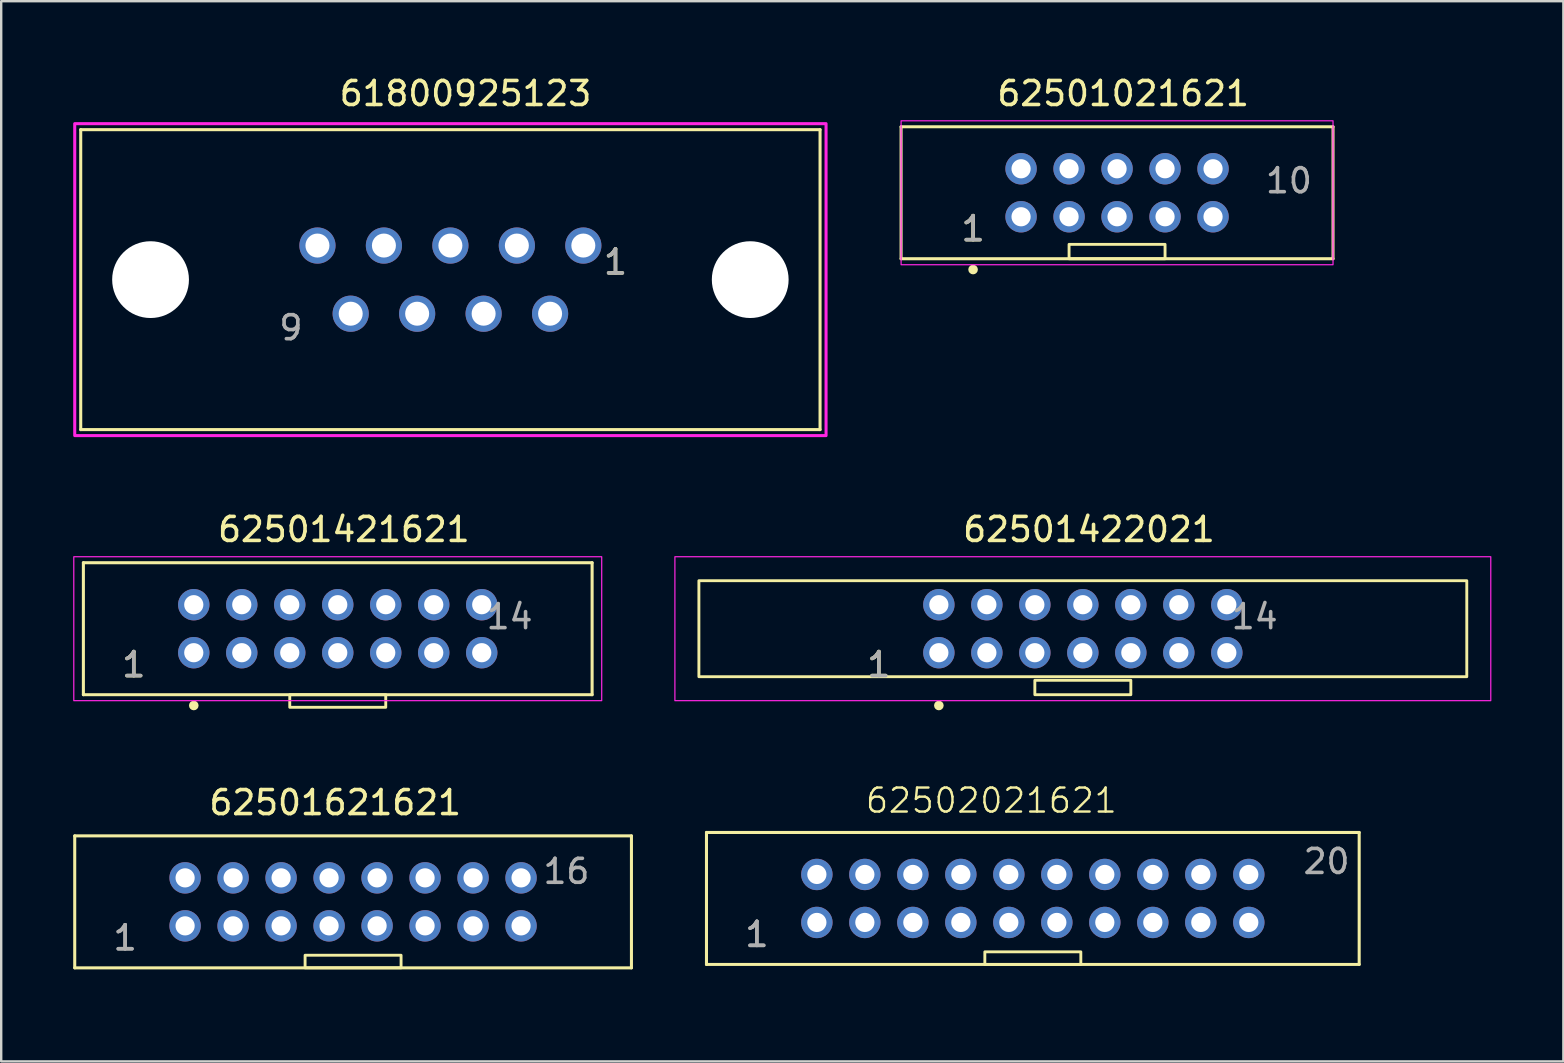
<source format=kicad_pcb>
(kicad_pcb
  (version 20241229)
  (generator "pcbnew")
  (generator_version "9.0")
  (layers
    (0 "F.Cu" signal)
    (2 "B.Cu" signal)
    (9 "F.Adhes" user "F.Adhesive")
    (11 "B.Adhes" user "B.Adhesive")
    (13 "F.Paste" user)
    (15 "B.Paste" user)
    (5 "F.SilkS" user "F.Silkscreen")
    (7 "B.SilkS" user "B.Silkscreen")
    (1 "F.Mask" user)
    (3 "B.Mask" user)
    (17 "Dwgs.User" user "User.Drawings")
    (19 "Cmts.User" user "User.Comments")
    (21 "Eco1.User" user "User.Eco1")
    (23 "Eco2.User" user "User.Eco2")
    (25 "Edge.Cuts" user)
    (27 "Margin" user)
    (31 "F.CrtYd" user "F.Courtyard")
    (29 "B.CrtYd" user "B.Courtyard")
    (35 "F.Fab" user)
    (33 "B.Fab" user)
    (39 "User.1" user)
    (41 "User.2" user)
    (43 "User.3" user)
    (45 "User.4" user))
  (footprint "62502021621"
    (layer "F.Cu")
    (at 38.261 37.931)
    (property "Reference" "62502021621" (at 0 -7.62 0) (unlocked yes) (layer "F.SilkS") (effects (font (size 1 1) (thickness 0.1))))
    (attr through_hole)
    (fp_line (start -11.87 -6.29) (end -11.87 -0.79) (stroke (width 0.127) (type solid)) (layer "F.SilkS"))
    (fp_line (start -11.87 -0.79) (end 15.33 -0.79) (stroke (width 0.127) (type solid)) (layer "F.SilkS"))
    (fp_line (start 15.33 -6.29) (end -11.87 -6.29) (stroke (width 0.127) (type solid)) (layer "F.SilkS"))
    (fp_line (start 15.33 -0.79) (end 15.33 -6.29) (stroke (width 0.127) (type solid)) (layer "F.SilkS"))
    (fp_rect (start -0.27 -1.315) (end 3.73 -0.79) (stroke (width 0.12) (type solid)) (fill no) (layer "F.SilkS"))
    (fp_text user "1" (at -9.77 -2.04 0) (layer "F.Fab") (effects (font (size 1 1) (thickness 0.15))))
    (fp_text user "1" (at -9.77 -2.04 0) (layer "F.Fab") (effects (font (size 1 1) (thickness 0.15))))
    (fp_text user "20" (at 13.97 -5.08 0) (layer "F.Fab") (effects (font (size 1 1) (thickness 0.15))))
    (pad "1" thru_hole circle (at -7.27 -2.54) (size 1.308 1.308) (drill 0.8) (layers "*.Cu" "*.Mask"))
    (pad "2" thru_hole circle (at -7.27 -4.54) (size 1.308 1.308) (drill 0.8) (layers "*.Cu" "*.Mask"))
    (pad "3" thru_hole circle (at -5.27 -2.54) (size 1.308 1.308) (drill 0.8) (layers "*.Cu" "*.Mask"))
    (pad "4" thru_hole circle (at -5.27 -4.54) (size 1.308 1.308) (drill 0.8) (layers "*.Cu" "*.Mask"))
    (pad "5" thru_hole circle (at -3.27 -2.54) (size 1.308 1.308) (drill 0.8) (layers "*.Cu" "*.Mask"))
    (pad "6" thru_hole circle (at -3.27 -4.54) (size 1.308 1.308) (drill 0.8) (layers "*.Cu" "*.Mask"))
    (pad "7" thru_hole circle (at -1.27 -2.54) (size 1.308 1.308) (drill 0.8) (layers "*.Cu" "*.Mask"))
    (pad "8" thru_hole circle (at -1.27 -4.54) (size 1.308 1.308) (drill 0.8) (layers "*.Cu" "*.Mask"))
    (pad "9" thru_hole circle (at 0.73 -2.54) (size 1.308 1.308) (drill 0.8) (layers "*.Cu" "*.Mask"))
    (pad "10" thru_hole circle (at 0.73 -4.54) (size 1.308 1.308) (drill 0.8) (layers "*.Cu" "*.Mask"))
    (pad "11" thru_hole circle (at 2.73 -2.54) (size 1.308 1.308) (drill 0.8) (layers "*.Cu" "*.Mask"))
    (pad "12" thru_hole circle (at 2.73 -4.54) (size 1.308 1.308) (drill 0.8) (layers "*.Cu" "*.Mask"))
    (pad "13" thru_hole circle (at 4.73 -2.54) (size 1.308 1.308) (drill 0.8) (layers "*.Cu" "*.Mask"))
    (pad "14" thru_hole circle (at 4.73 -4.54) (size 1.308 1.308) (drill 0.8) (layers "*.Cu" "*.Mask"))
    (pad "15" thru_hole circle (at 6.73 -2.54) (size 1.308 1.308) (drill 0.8) (layers "*.Cu" "*.Mask"))
    (pad "16" thru_hole circle (at 6.73 -4.54) (size 1.308 1.308) (drill 0.8) (layers "*.Cu" "*.Mask"))
    (pad "17" thru_hole circle (at 8.73 -2.54) (size 1.308 1.308) (drill 0.8) (layers "*.Cu" "*.Mask"))
    (pad "18" thru_hole circle (at 8.73 -4.54) (size 1.308 1.308) (drill 0.8) (layers "*.Cu" "*.Mask"))
    (pad "19" thru_hole circle (at 10.73 -2.54) (size 1.308 1.308) (drill 0.8) (layers "*.Cu" "*.Mask"))
    (pad "20" thru_hole circle (at 10.73 -4.54) (size 1.308 1.308) (drill 0.8) (layers "*.Cu" "*.Mask")))
  (footprint "62501621621"
    (layer "F.Cu")
    (at 11.664 34.533)
    (property "Reference" "62501621621" (at -0.745 -4.135 0) (layer "F.SilkS") (effects (font (size 1 1) (thickness 0.15))))
    (attr through_hole)
    (fp_line (start -11.6 -2.75) (end -11.6 2.75) (stroke (width 0.127) (type solid)) (layer "F.SilkS"))
    (fp_line (start -11.6 2.75) (end 11.6 2.75) (stroke (width 0.127) (type solid)) (layer "F.SilkS"))
    (fp_line (start 11.6 -2.75) (end -11.6 -2.75) (stroke (width 0.127) (type solid)) (layer "F.SilkS"))
    (fp_line (start 11.6 2.75) (end 11.6 -2.75) (stroke (width 0.127) (type solid)) (layer "F.SilkS"))
    (fp_rect (start -2 2.225) (end 2 2.75) (stroke (width 0.12) (type solid)) (fill no) (layer "F.SilkS"))
    (fp_text user "1" (at -9.5 1.5 0) (layer "F.Fab") (effects (font (size 1 1) (thickness 0.15))))
    (fp_text user "1" (at -9.5 1.5 0) (layer "F.Fab") (effects (font (size 1 1) (thickness 0.15))))
    (fp_text user "16" (at 8.89 -1.27 0) (layer "F.Fab") (effects (font (size 1 1) (thickness 0.15))))
    (pad "1" thru_hole circle (at -7 1) (size 1.308 1.308) (drill 0.8) (layers "*.Cu" "*.Mask"))
    (pad "2" thru_hole circle (at -7 -1) (size 1.308 1.308) (drill 0.8) (layers "*.Cu" "*.Mask"))
    (pad "3" thru_hole circle (at -5 1) (size 1.308 1.308) (drill 0.8) (layers "*.Cu" "*.Mask"))
    (pad "4" thru_hole circle (at -5 -1) (size 1.308 1.308) (drill 0.8) (layers "*.Cu" "*.Mask"))
    (pad "5" thru_hole circle (at -3 1) (size 1.308 1.308) (drill 0.8) (layers "*.Cu" "*.Mask"))
    (pad "6" thru_hole circle (at -3 -1) (size 1.308 1.308) (drill 0.8) (layers "*.Cu" "*.Mask"))
    (pad "7" thru_hole circle (at -1 1) (size 1.308 1.308) (drill 0.8) (layers "*.Cu" "*.Mask"))
    (pad "8" thru_hole circle (at -1 -1) (size 1.308 1.308) (drill 0.8) (layers "*.Cu" "*.Mask"))
    (pad "9" thru_hole circle (at 1 1) (size 1.308 1.308) (drill 0.8) (layers "*.Cu" "*.Mask"))
    (pad "10" thru_hole circle (at 1 -1) (size 1.308 1.308) (drill 0.8) (layers "*.Cu" "*.Mask"))
    (pad "11" thru_hole circle (at 3 1) (size 1.308 1.308) (drill 0.8) (layers "*.Cu" "*.Mask"))
    (pad "12" thru_hole circle (at 3 -1) (size 1.308 1.308) (drill 0.8) (layers "*.Cu" "*.Mask"))
    (pad "13" thru_hole circle (at 5 1) (size 1.308 1.308) (drill 0.8) (layers "*.Cu" "*.Mask"))
    (pad "14" thru_hole circle (at 5 -1) (size 1.308 1.308) (drill 0.8) (layers "*.Cu" "*.Mask"))
    (pad "15" thru_hole circle (at 7 1) (size 1.308 1.308) (drill 0.8) (layers "*.Cu" "*.Mask"))
    (pad "16" thru_hole circle (at 7 -1) (size 1.308 1.308) (drill 0.8) (layers "*.Cu" "*.Mask")))
  (footprint "62501421621"
    (layer "F.Cu")
    (at 11.025 23.15)
    (property "Reference" "62501421621" (at 0.255 -4.135 0) (layer "F.SilkS") (effects (font (size 1 1) (thickness 0.15))))
    (attr through_hole)
    (fp_line (start -10.6 -2.75) (end -10.6 2.75) (stroke (width 0.127) (type solid)) (layer "F.SilkS"))
    (fp_line (start -10.6 2.75) (end 10.6 2.75) (stroke (width 0.127) (type solid)) (layer "F.SilkS"))
    (fp_line (start 10.6 -2.75) (end -10.6 -2.75) (stroke (width 0.127) (type solid)) (layer "F.SilkS"))
    (fp_line (start 10.6 2.75) (end 10.6 -2.75) (stroke (width 0.127) (type solid)) (layer "F.SilkS"))
    (fp_rect (start -2 2.75) (end 2 3.275) (stroke (width 0.12) (type solid)) (fill no) (layer "F.SilkS"))
    (fp_circle (center -6 3.2) (end -5.9 3.2) (stroke (width 0.2) (type solid)) (fill no) (layer "F.SilkS"))
    (fp_rect (start -11 -3) (end 11 3) (stroke (width 0.05) (type solid)) (fill no) (layer "F.CrtYd"))
    (fp_text user "1" (at -8.5 1.5 0) (layer "F.SilkS") (effects (font (size 1 1) (thickness 0.15))))
    (fp_text user "14" (at 7.16 -0.5 0) (layer "F.Fab") (effects (font (size 1 1) (thickness 0.15))))
    (fp_text user "1" (at -8.5 1.5 0) (layer "F.Fab") (effects (font (size 1 1) (thickness 0.15))))
    (pad "1" thru_hole circle (at -6 1) (size 1.308 1.308) (drill 0.8) (layers "*.Cu" "*.Mask"))
    (pad "2" thru_hole circle (at -6 -1) (size 1.308 1.308) (drill 0.8) (layers "*.Cu" "*.Mask"))
    (pad "3" thru_hole circle (at -4 1) (size 1.308 1.308) (drill 0.8) (layers "*.Cu" "*.Mask"))
    (pad "4" thru_hole circle (at -4 -1) (size 1.308 1.308) (drill 0.8) (layers "*.Cu" "*.Mask"))
    (pad "5" thru_hole circle (at -2 1) (size 1.308 1.308) (drill 0.8) (layers "*.Cu" "*.Mask"))
    (pad "6" thru_hole circle (at -2 -1 90) (size 1.308 1.308) (drill 0.8) (layers "*.Cu" "*.Mask"))
    (pad "7" thru_hole circle (at 0 1) (size 1.308 1.308) (drill 0.8) (layers "*.Cu" "*.Mask"))
    (pad "8" thru_hole circle (at 0 -1) (size 1.308 1.308) (drill 0.8) (layers "*.Cu" "*.Mask"))
    (pad "9" thru_hole circle (at 2 1) (size 1.308 1.308) (drill 0.8) (layers "*.Cu" "*.Mask"))
    (pad "10" thru_hole circle (at 2 -1) (size 1.308 1.308) (drill 0.8) (layers "*.Cu" "*.Mask"))
    (pad "11" thru_hole circle (at 4 1) (size 1.308 1.308) (drill 0.8) (layers "*.Cu" "*.Mask"))
    (pad "12" thru_hole circle (at 4 -1) (size 1.308 1.308) (drill 0.8) (layers "*.Cu" "*.Mask"))
    (pad "13" thru_hole circle (at 6 1) (size 1.308 1.308) (drill 0.8) (layers "*.Cu" "*.Mask"))
    (pad "14" thru_hole circle (at 6 -1) (size 1.308 1.308) (drill 0.8) (layers "*.Cu" "*.Mask")))
  (footprint "62501021621"
    (layer "F.Cu")
    (at 43.501 4.983)
    (property "Reference" "62501021621" (at 0.255 -4.135 0) (layer "F.SilkS") (effects (font (size 1 1) (thickness 0.15))))
    (attr through_hole)
    (fp_line (start -9 -2.75) (end -9 2.75) (stroke (width 0.127) (type solid)) (layer "F.SilkS"))
    (fp_line (start -9 2.75) (end 9 2.75) (stroke (width 0.127) (type solid)) (layer "F.SilkS"))
    (fp_line (start 9 -2.75) (end -9 -2.75) (stroke (width 0.127) (type solid)) (layer "F.SilkS"))
    (fp_line (start 9 2.75) (end 9 -2.75) (stroke (width 0.127) (type solid)) (layer "F.SilkS"))
    (fp_rect (start -2 2.15) (end 2 2.75) (stroke (width 0.12) (type solid)) (fill no) (layer "F.SilkS"))
    (fp_circle (center -6 3.2) (end -5.9 3.2) (stroke (width 0.2) (type solid)) (fill no) (layer "F.SilkS"))
    (fp_rect (start -9 -3) (end 9 3) (stroke (width 0.05) (type solid)) (fill no) (layer "F.CrtYd"))
    (fp_text user "1" (at -6 1.5 0) (layer "F.SilkS") (effects (font (size 1 1) (thickness 0.15))))
    (fp_text user "10" (at 7.16 -0.5 0) (layer "F.Fab") (effects (font (size 1 1) (thickness 0.15))))
    (fp_text user "1" (at -6 1.5 0) (layer "F.Fab") (effects (font (size 1 1) (thickness 0.15))))
    (pad "1" thru_hole circle (at -4 1) (size 1.308 1.308) (drill 0.8) (layers "*.Cu" "*.Mask"))
    (pad "2" thru_hole circle (at -4 -1) (size 1.308 1.308) (drill 0.8) (layers "*.Cu" "*.Mask"))
    (pad "3" thru_hole circle (at -2 1) (size 1.308 1.308) (drill 0.8) (layers "*.Cu" "*.Mask"))
    (pad "4" thru_hole circle (at -2 -1) (size 1.308 1.308) (drill 0.8) (layers "*.Cu" "*.Mask"))
    (pad "5" thru_hole circle (at 0 1) (size 1.308 1.308) (drill 0.8) (layers "*.Cu" "*.Mask"))
    (pad "6" thru_hole circle (at 0 -1 90) (size 1.308 1.308) (drill 0.8) (layers "*.Cu" "*.Mask"))
    (pad "7" thru_hole circle (at 2 1) (size 1.308 1.308) (drill 0.8) (layers "*.Cu" "*.Mask"))
    (pad "8" thru_hole circle (at 2 -1) (size 1.308 1.308) (drill 0.8) (layers "*.Cu" "*.Mask"))
    (pad "9" thru_hole circle (at 4 1) (size 1.308 1.308) (drill 0.8) (layers "*.Cu" "*.Mask"))
    (pad "10" thru_hole circle (at 4 -1) (size 1.308 1.308) (drill 0.8) (layers "*.Cu" "*.Mask")))
  (footprint "61800925123"
    (layer "F.Cu")
    (at 15.719 8.603)
    (property "Reference" "61800925123" (at 0.63 -7.755 0) (layer "F.SilkS") (effects (font (size 1 1) (thickness 0.15))))
    (attr through_hole)
    (fp_line (start -15.405 -6.25) (end 15.405 -6.25) (stroke (width 0.127) (type solid)) (layer "F.SilkS"))
    (fp_line (start -15.405 6.25) (end -15.405 -6.25) (stroke (width 0.127) (type solid)) (layer "F.SilkS"))
    (fp_line (start 15.405 -6.25) (end 15.405 6.25) (stroke (width 0.127) (type solid)) (layer "F.SilkS"))
    (fp_line (start 15.405 6.25) (end -15.405 6.25) (stroke (width 0.127) (type solid)) (layer "F.SilkS"))
    (fp_poly (pts (xy -15.655 -6.5) (xy 15.655 -6.5) (xy 15.655 6.5) (xy -15.655 6.5)) (stroke (width 0.127) (type solid)) (fill no) (layer "F.CrtYd"))
    (fp_text user "1" (at 6.88 -0.735 0) (layer "F.SilkS") (effects (font (size 1 1) (thickness 0.15))))
    (fp_text user "1" (at 6.88 -0.735 0) (layer "F.Fab") (effects (font (size 1 1) (thickness 0.15))))
    (fp_text user "9" (at -6.645 2.005 0) (layer "F.Fab") (effects (font (size 1 1) (thickness 0.15))))
    (pad "" np_thru_hole circle (at -12.495 0) (size 3.2 3.2) (drill 3.2) (layers "*.Cu" "*.Mask"))
    (pad "" np_thru_hole circle (at 12.495 0) (size 3.2 3.2) (drill 3.2) (layers "*.Cu" "*.Mask"))
    (pad "1" thru_hole circle (at 5.54 -1.42) (size 1.508 1.508) (drill 1) (layers "*.Cu" "*.Mask"))
    (pad "2" thru_hole circle (at 2.77 -1.42) (size 1.508 1.508) (drill 1) (layers "*.Cu" "*.Mask"))
    (pad "3" thru_hole circle (at 0 -1.42) (size 1.508 1.508) (drill 1) (layers "*.Cu" "*.Mask"))
    (pad "4" thru_hole circle (at -2.77 -1.42) (size 1.508 1.508) (drill 1) (layers "*.Cu" "*.Mask"))
    (pad "5" thru_hole circle (at -5.54 -1.42) (size 1.508 1.508) (drill 1) (layers "*.Cu" "*.Mask"))
    (pad "6" thru_hole circle (at 4.155 1.42) (size 1.508 1.508) (drill 1) (layers "*.Cu" "*.Mask"))
    (pad "7" thru_hole circle (at 1.385 1.42) (size 1.508 1.508) (drill 1) (layers "*.Cu" "*.Mask"))
    (pad "8" thru_hole circle (at -1.385 1.42) (size 1.508 1.508) (drill 1) (layers "*.Cu" "*.Mask"))
    (pad "9" thru_hole circle (at -4.155 1.42) (size 1.508 1.508) (drill 1) (layers "*.Cu" "*.Mask")))
  (footprint "62501422021"
    (layer "F.Cu")
    (at 42.075 23.15)
    (property "Reference" "62501422021" (at 0.255 -4.135 0) (layer "F.SilkS") (effects (font (size 1 1) (thickness 0.15))))
    (attr through_hole)
    (fp_rect (start -16 -2) (end 16 2) (stroke (width 0.12) (type solid)) (fill no) (layer "F.SilkS"))
    (fp_rect (start -2 2.15) (end 2 2.75) (stroke (width 0.12) (type solid)) (fill no) (layer "F.SilkS"))
    (fp_circle (center -6 3.2) (end -5.9 3.2) (stroke (width 0.2) (type solid)) (fill no) (layer "F.SilkS"))
    (fp_rect (start -17 -3) (end 17 3) (stroke (width 0.05) (type solid)) (fill no) (layer "F.CrtYd"))
    (fp_text user "1" (at -8.5 1.5 0) (layer "F.SilkS") (effects (font (size 1 1) (thickness 0.15))))
    (fp_text user "14" (at 7.16 -0.5 0) (layer "F.Fab") (effects (font (size 1 1) (thickness 0.15))))
    (fp_text user "1" (at -8.5 1.5 0) (layer "F.Fab") (effects (font (size 1 1) (thickness 0.15))))
    (pad "1" thru_hole circle (at -6 1) (size 1.308 1.308) (drill 0.8) (layers "*.Cu" "*.Mask"))
    (pad "2" thru_hole circle (at -6 -1) (size 1.308 1.308) (drill 0.8) (layers "*.Cu" "*.Mask"))
    (pad "3" thru_hole circle (at -4 1) (size 1.308 1.308) (drill 0.8) (layers "*.Cu" "*.Mask"))
    (pad "4" thru_hole circle (at -4 -1) (size 1.308 1.308) (drill 0.8) (layers "*.Cu" "*.Mask"))
    (pad "5" thru_hole circle (at -2 1) (size 1.308 1.308) (drill 0.8) (layers "*.Cu" "*.Mask"))
    (pad "6" thru_hole circle (at -2 -1 90) (size 1.308 1.308) (drill 0.8) (layers "*.Cu" "*.Mask"))
    (pad "7" thru_hole circle (at 0 1) (size 1.308 1.308) (drill 0.8) (layers "*.Cu" "*.Mask"))
    (pad "8" thru_hole circle (at 0 -1) (size 1.308 1.308) (drill 0.8) (layers "*.Cu" "*.Mask"))
    (pad "9" thru_hole circle (at 2 1) (size 1.308 1.308) (drill 0.8) (layers "*.Cu" "*.Mask"))
    (pad "10" thru_hole circle (at 2 -1) (size 1.308 1.308) (drill 0.8) (layers "*.Cu" "*.Mask"))
    (pad "11" thru_hole circle (at 4 1) (size 1.308 1.308) (drill 0.8) (layers "*.Cu" "*.Mask"))
    (pad "12" thru_hole circle (at 4 -1) (size 1.308 1.308) (drill 0.8) (layers "*.Cu" "*.Mask"))
    (pad "13" thru_hole circle (at 6 1) (size 1.308 1.308) (drill 0.8) (layers "*.Cu" "*.Mask"))
    (pad "14" thru_hole circle (at 6 -1) (size 1.308 1.308) (drill 0.8) (layers "*.Cu" "*.Mask")))
  (gr_rect
    (start -3 -3)
    (end 62.1 41.181)
    (stroke (width 0.1) (type default))
    (fill no)
    (layer "Edge.Cuts")))
</source>
